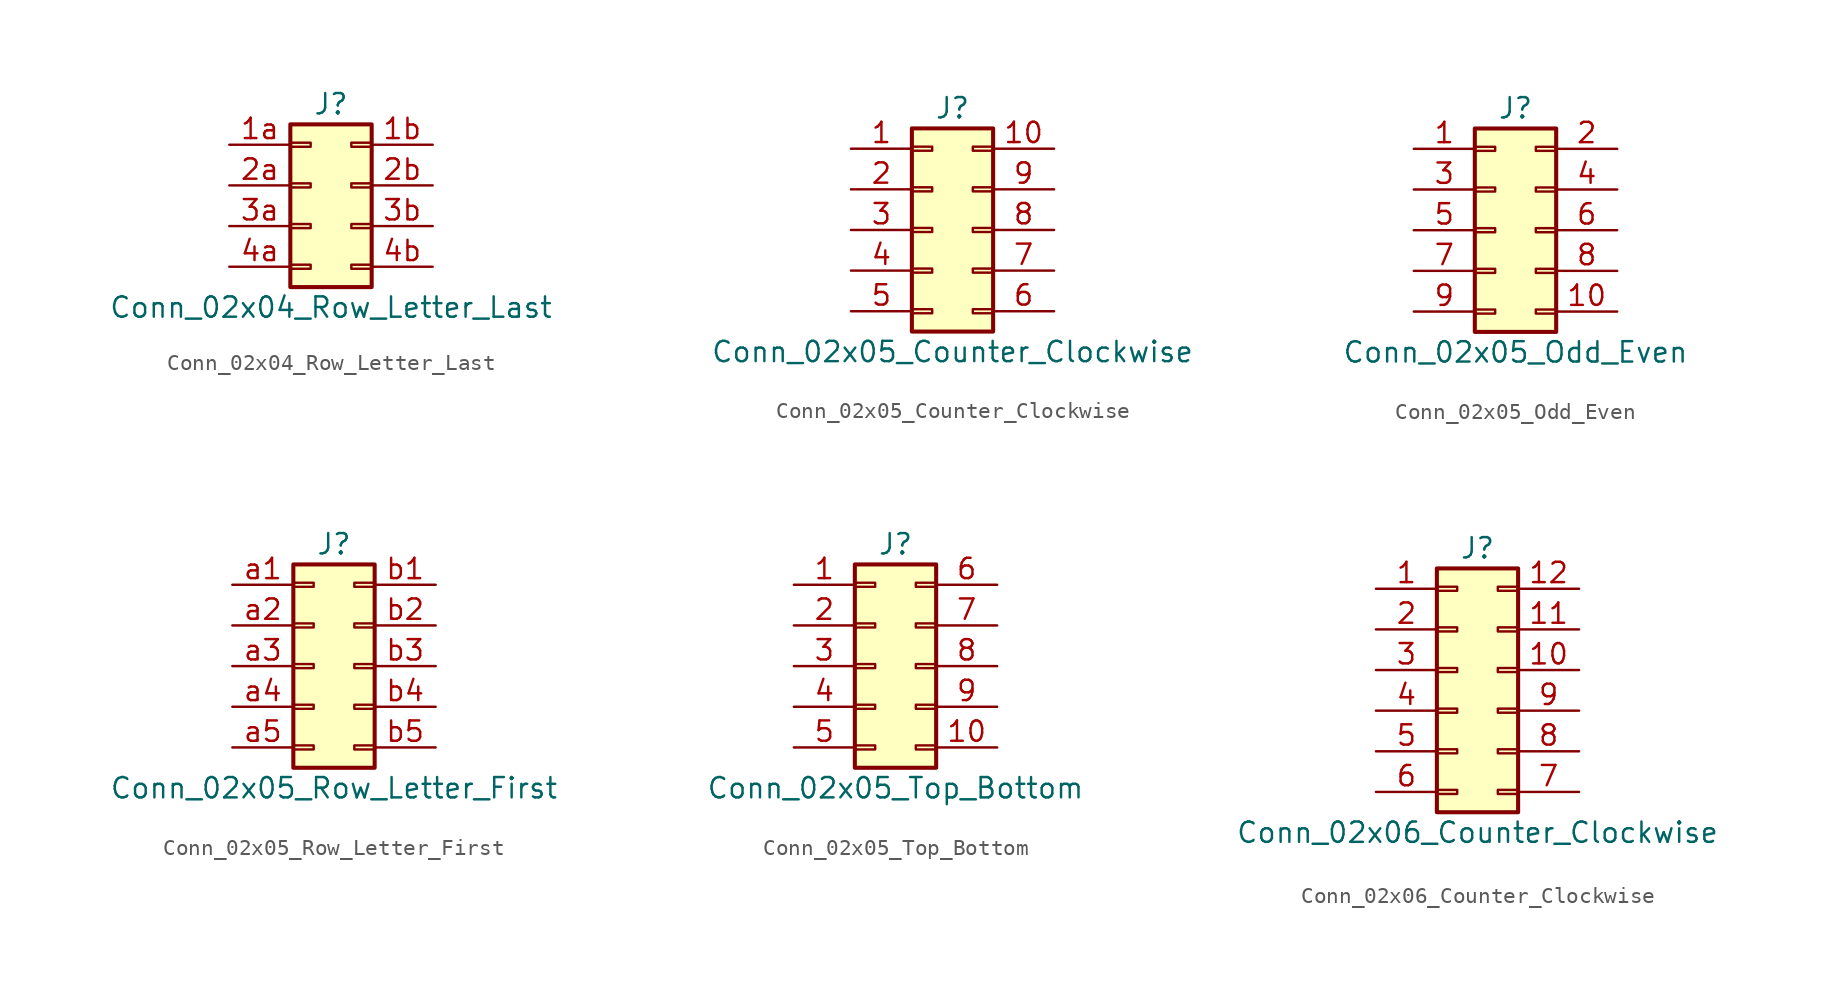
<source format=kicad_sym>
(kicad_symbol_lib
  (version 20201005)
  (generator kicad_symbol_editor)
  (symbol "Conn_02x04_Row_Letter_Last"
    (pin_names
      (offset 1.016) hide)
    (property "Reference" "J"
      (at 1.27 5.08 0)
      (effects (font (size 1.27 1.27))))
    (property "Value" "Conn_02x04_Row_Letter_Last"
      (at 1.27 -7.62 0)
      (effects (font (size 1.27 1.27))))
    (symbol "Conn_02x04_Row_Letter_Last_1_1"
      (rectangle (start -1.27 -4.953) (end 0 -5.207) (stroke (width 0.152)) (fill (type none)))
      (rectangle (start -1.27 -2.413) (end 0 -2.667) (stroke (width 0.152)) (fill (type none)))
      (rectangle (start -1.27 0.127) (end 0 -0.127) (stroke (width 0.152)) (fill (type none)))
      (rectangle (start -1.27 2.667) (end 0 2.413) (stroke (width 0.152)) (fill (type none)))
      (rectangle (start 3.81 -4.953) (end 2.54 -5.207) (stroke (width 0.152)) (fill (type none)))
      (rectangle (start 3.81 -2.413) (end 2.54 -2.667) (stroke (width 0.152)) (fill (type none)))
      (rectangle (start 3.81 0.127) (end 2.54 -0.127) (stroke (width 0.152)) (fill (type none)))
      (rectangle (start 3.81 2.667) (end 2.54 2.413) (stroke (width 0.152)) (fill (type none)))
      (rectangle (start -1.27 3.81) (end 3.81 -6.35) (stroke (width 0.254)) (fill (type background)))
      (pin passive line (at -5.08 2.54 0) (length 3.81) (name "Pin_1a" (effects (font (size 1.27 1.27)))) (number "1a" (effects (font (size 1.27 1.27)))))
      (pin passive line (at 7.62 2.54 180) (length 3.81) (name "Pin_1b" (effects (font (size 1.27 1.27)))) (number "1b" (effects (font (size 1.27 1.27)))))
      (pin passive line (at -5.08 0 0) (length 3.81) (name "Pin_2a" (effects (font (size 1.27 1.27)))) (number "2a" (effects (font (size 1.27 1.27)))))
      (pin passive line (at 7.62 0 180) (length 3.81) (name "Pin_2b" (effects (font (size 1.27 1.27)))) (number "2b" (effects (font (size 1.27 1.27)))))
      (pin passive line (at -5.08 -2.54 0) (length 3.81) (name "Pin_3a" (effects (font (size 1.27 1.27)))) (number "3a" (effects (font (size 1.27 1.27)))))
      (pin passive line (at 7.62 -2.54 180) (length 3.81) (name "Pin_3b" (effects (font (size 1.27 1.27)))) (number "3b" (effects (font (size 1.27 1.27)))))
      (pin passive line (at -5.08 -5.08 0) (length 3.81) (name "Pin_4a" (effects (font (size 1.27 1.27)))) (number "4a" (effects (font (size 1.27 1.27)))))
      (pin passive line (at 7.62 -5.08 180) (length 3.81) (name "Pin_4b" (effects (font (size 1.27 1.27)))) (number "4b" (effects (font (size 1.27 1.27)))))))
  (symbol "Conn_02x05_Counter_Clockwise"
    (pin_names
      (offset 1.016) hide)
    (property "Reference" "J"
      (at 1.27 7.62 0)
      (effects (font (size 1.27 1.27))))
    (property "Value" "Conn_02x05_Counter_Clockwise"
      (at 1.27 -7.62 0)
      (effects (font (size 1.27 1.27))))
    (symbol "Conn_02x05_Counter_Clockwise_1_1"
      (rectangle (start -1.27 -4.953) (end 0 -5.207) (stroke (width 0.152)) (fill (type none)))
      (rectangle (start -1.27 -2.413) (end 0 -2.667) (stroke (width 0.152)) (fill (type none)))
      (rectangle (start -1.27 0.127) (end 0 -0.127) (stroke (width 0.152)) (fill (type none)))
      (rectangle (start -1.27 2.667) (end 0 2.413) (stroke (width 0.152)) (fill (type none)))
      (rectangle (start -1.27 5.207) (end 0 4.953) (stroke (width 0.152)) (fill (type none)))
      (rectangle (start 3.81 -4.953) (end 2.54 -5.207) (stroke (width 0.152)) (fill (type none)))
      (rectangle (start 3.81 -2.413) (end 2.54 -2.667) (stroke (width 0.152)) (fill (type none)))
      (rectangle (start 3.81 0.127) (end 2.54 -0.127) (stroke (width 0.152)) (fill (type none)))
      (rectangle (start 3.81 2.667) (end 2.54 2.413) (stroke (width 0.152)) (fill (type none)))
      (rectangle (start 3.81 5.207) (end 2.54 4.953) (stroke (width 0.152)) (fill (type none)))
      (rectangle (start -1.27 6.35) (end 3.81 -6.35) (stroke (width 0.254)) (fill (type background)))
      (pin passive line (at -5.08 5.08 0) (length 3.81) (name "Pin_1" (effects (font (size 1.27 1.27)))) (number "1" (effects (font (size 1.27 1.27)))))
      (pin passive line (at 7.62 5.08 180) (length 3.81) (name "Pin_10" (effects (font (size 1.27 1.27)))) (number "10" (effects (font (size 1.27 1.27)))))
      (pin passive line (at -5.08 2.54 0) (length 3.81) (name "Pin_2" (effects (font (size 1.27 1.27)))) (number "2" (effects (font (size 1.27 1.27)))))
      (pin passive line (at -5.08 0 0) (length 3.81) (name "Pin_3" (effects (font (size 1.27 1.27)))) (number "3" (effects (font (size 1.27 1.27)))))
      (pin passive line (at -5.08 -2.54 0) (length 3.81) (name "Pin_4" (effects (font (size 1.27 1.27)))) (number "4" (effects (font (size 1.27 1.27)))))
      (pin passive line (at -5.08 -5.08 0) (length 3.81) (name "Pin_5" (effects (font (size 1.27 1.27)))) (number "5" (effects (font (size 1.27 1.27)))))
      (pin passive line (at 7.62 -5.08 180) (length 3.81) (name "Pin_6" (effects (font (size 1.27 1.27)))) (number "6" (effects (font (size 1.27 1.27)))))
      (pin passive line (at 7.62 -2.54 180) (length 3.81) (name "Pin_7" (effects (font (size 1.27 1.27)))) (number "7" (effects (font (size 1.27 1.27)))))
      (pin passive line (at 7.62 0 180) (length 3.81) (name "Pin_8" (effects (font (size 1.27 1.27)))) (number "8" (effects (font (size 1.27 1.27)))))
      (pin passive line (at 7.62 2.54 180) (length 3.81) (name "Pin_9" (effects (font (size 1.27 1.27)))) (number "9" (effects (font (size 1.27 1.27)))))))
  (symbol "Conn_02x05_Odd_Even"
    (pin_names
      (offset 1.016) hide)
    (property "Reference" "J"
      (at 1.27 7.62 0)
      (effects (font (size 1.27 1.27))))
    (property "Value" "Conn_02x05_Odd_Even"
      (at 1.27 -7.62 0)
      (effects (font (size 1.27 1.27))))
    (symbol "Conn_02x05_Odd_Even_1_1"
      (rectangle (start -1.27 -4.953) (end 0 -5.207) (stroke (width 0.152)) (fill (type none)))
      (rectangle (start -1.27 -2.413) (end 0 -2.667) (stroke (width 0.152)) (fill (type none)))
      (rectangle (start -1.27 0.127) (end 0 -0.127) (stroke (width 0.152)) (fill (type none)))
      (rectangle (start -1.27 2.667) (end 0 2.413) (stroke (width 0.152)) (fill (type none)))
      (rectangle (start -1.27 5.207) (end 0 4.953) (stroke (width 0.152)) (fill (type none)))
      (rectangle (start 3.81 -4.953) (end 2.54 -5.207) (stroke (width 0.152)) (fill (type none)))
      (rectangle (start 3.81 -2.413) (end 2.54 -2.667) (stroke (width 0.152)) (fill (type none)))
      (rectangle (start 3.81 0.127) (end 2.54 -0.127) (stroke (width 0.152)) (fill (type none)))
      (rectangle (start 3.81 2.667) (end 2.54 2.413) (stroke (width 0.152)) (fill (type none)))
      (rectangle (start 3.81 5.207) (end 2.54 4.953) (stroke (width 0.152)) (fill (type none)))
      (rectangle (start -1.27 6.35) (end 3.81 -6.35) (stroke (width 0.254)) (fill (type background)))
      (pin passive line (at -5.08 5.08 0) (length 3.81) (name "Pin_1" (effects (font (size 1.27 1.27)))) (number "1" (effects (font (size 1.27 1.27)))))
      (pin passive line (at 7.62 -5.08 180) (length 3.81) (name "Pin_10" (effects (font (size 1.27 1.27)))) (number "10" (effects (font (size 1.27 1.27)))))
      (pin passive line (at 7.62 5.08 180) (length 3.81) (name "Pin_2" (effects (font (size 1.27 1.27)))) (number "2" (effects (font (size 1.27 1.27)))))
      (pin passive line (at -5.08 2.54 0) (length 3.81) (name "Pin_3" (effects (font (size 1.27 1.27)))) (number "3" (effects (font (size 1.27 1.27)))))
      (pin passive line (at 7.62 2.54 180) (length 3.81) (name "Pin_4" (effects (font (size 1.27 1.27)))) (number "4" (effects (font (size 1.27 1.27)))))
      (pin passive line (at -5.08 0 0) (length 3.81) (name "Pin_5" (effects (font (size 1.27 1.27)))) (number "5" (effects (font (size 1.27 1.27)))))
      (pin passive line (at 7.62 0 180) (length 3.81) (name "Pin_6" (effects (font (size 1.27 1.27)))) (number "6" (effects (font (size 1.27 1.27)))))
      (pin passive line (at -5.08 -2.54 0) (length 3.81) (name "Pin_7" (effects (font (size 1.27 1.27)))) (number "7" (effects (font (size 1.27 1.27)))))
      (pin passive line (at 7.62 -2.54 180) (length 3.81) (name "Pin_8" (effects (font (size 1.27 1.27)))) (number "8" (effects (font (size 1.27 1.27)))))
      (pin passive line (at -5.08 -5.08 0) (length 3.81) (name "Pin_9" (effects (font (size 1.27 1.27)))) (number "9" (effects (font (size 1.27 1.27)))))))
  (symbol "Conn_02x05_Row_Letter_First"
    (pin_names
      (offset 1.016) hide)
    (property "Reference" "J"
      (at 1.27 7.62 0)
      (effects (font (size 1.27 1.27))))
    (property "Value" "Conn_02x05_Row_Letter_First"
      (at 1.27 -7.62 0)
      (effects (font (size 1.27 1.27))))
    (symbol "Conn_02x05_Row_Letter_First_1_1"
      (rectangle (start -1.27 -4.953) (end 0 -5.207) (stroke (width 0.152)) (fill (type none)))
      (rectangle (start -1.27 -2.413) (end 0 -2.667) (stroke (width 0.152)) (fill (type none)))
      (rectangle (start -1.27 0.127) (end 0 -0.127) (stroke (width 0.152)) (fill (type none)))
      (rectangle (start -1.27 2.667) (end 0 2.413) (stroke (width 0.152)) (fill (type none)))
      (rectangle (start -1.27 5.207) (end 0 4.953) (stroke (width 0.152)) (fill (type none)))
      (rectangle (start 3.81 -4.953) (end 2.54 -5.207) (stroke (width 0.152)) (fill (type none)))
      (rectangle (start 3.81 -2.413) (end 2.54 -2.667) (stroke (width 0.152)) (fill (type none)))
      (rectangle (start 3.81 0.127) (end 2.54 -0.127) (stroke (width 0.152)) (fill (type none)))
      (rectangle (start 3.81 2.667) (end 2.54 2.413) (stroke (width 0.152)) (fill (type none)))
      (rectangle (start 3.81 5.207) (end 2.54 4.953) (stroke (width 0.152)) (fill (type none)))
      (rectangle (start -1.27 6.35) (end 3.81 -6.35) (stroke (width 0.254)) (fill (type background)))
      (pin passive line (at -5.08 5.08 0) (length 3.81) (name "Pin_a1" (effects (font (size 1.27 1.27)))) (number "a1" (effects (font (size 1.27 1.27)))))
      (pin passive line (at -5.08 2.54 0) (length 3.81) (name "Pin_a2" (effects (font (size 1.27 1.27)))) (number "a2" (effects (font (size 1.27 1.27)))))
      (pin passive line (at -5.08 0 0) (length 3.81) (name "Pin_a3" (effects (font (size 1.27 1.27)))) (number "a3" (effects (font (size 1.27 1.27)))))
      (pin passive line (at -5.08 -2.54 0) (length 3.81) (name "Pin_a4" (effects (font (size 1.27 1.27)))) (number "a4" (effects (font (size 1.27 1.27)))))
      (pin passive line (at -5.08 -5.08 0) (length 3.81) (name "Pin_a5" (effects (font (size 1.27 1.27)))) (number "a5" (effects (font (size 1.27 1.27)))))
      (pin passive line (at 7.62 5.08 180) (length 3.81) (name "Pin_b1" (effects (font (size 1.27 1.27)))) (number "b1" (effects (font (size 1.27 1.27)))))
      (pin passive line (at 7.62 2.54 180) (length 3.81) (name "Pin_b2" (effects (font (size 1.27 1.27)))) (number "b2" (effects (font (size 1.27 1.27)))))
      (pin passive line (at 7.62 0 180) (length 3.81) (name "Pin_b3" (effects (font (size 1.27 1.27)))) (number "b3" (effects (font (size 1.27 1.27)))))
      (pin passive line (at 7.62 -2.54 180) (length 3.81) (name "Pin_b4" (effects (font (size 1.27 1.27)))) (number "b4" (effects (font (size 1.27 1.27)))))
      (pin passive line (at 7.62 -5.08 180) (length 3.81) (name "Pin_b5" (effects (font (size 1.27 1.27)))) (number "b5" (effects (font (size 1.27 1.27)))))))
  (symbol "Conn_02x05_Top_Bottom"
    (pin_names
      (offset 1.016) hide)
    (property "Reference" "J"
      (at 1.27 7.62 0)
      (effects (font (size 1.27 1.27))))
    (property "Value" "Conn_02x05_Top_Bottom"
      (at 1.27 -7.62 0)
      (effects (font (size 1.27 1.27))))
    (symbol "Conn_02x05_Top_Bottom_1_1"
      (rectangle (start -1.27 -4.953) (end 0 -5.207) (stroke (width 0.152)) (fill (type none)))
      (rectangle (start -1.27 -2.413) (end 0 -2.667) (stroke (width 0.152)) (fill (type none)))
      (rectangle (start -1.27 0.127) (end 0 -0.127) (stroke (width 0.152)) (fill (type none)))
      (rectangle (start -1.27 2.667) (end 0 2.413) (stroke (width 0.152)) (fill (type none)))
      (rectangle (start -1.27 5.207) (end 0 4.953) (stroke (width 0.152)) (fill (type none)))
      (rectangle (start 3.81 -4.953) (end 2.54 -5.207) (stroke (width 0.152)) (fill (type none)))
      (rectangle (start 3.81 -2.413) (end 2.54 -2.667) (stroke (width 0.152)) (fill (type none)))
      (rectangle (start 3.81 0.127) (end 2.54 -0.127) (stroke (width 0.152)) (fill (type none)))
      (rectangle (start 3.81 2.667) (end 2.54 2.413) (stroke (width 0.152)) (fill (type none)))
      (rectangle (start 3.81 5.207) (end 2.54 4.953) (stroke (width 0.152)) (fill (type none)))
      (rectangle (start -1.27 6.35) (end 3.81 -6.35) (stroke (width 0.254)) (fill (type background)))
      (pin passive line (at -5.08 5.08 0) (length 3.81) (name "Pin_1" (effects (font (size 1.27 1.27)))) (number "1" (effects (font (size 1.27 1.27)))))
      (pin passive line (at 7.62 -5.08 180) (length 3.81) (name "Pin_10" (effects (font (size 1.27 1.27)))) (number "10" (effects (font (size 1.27 1.27)))))
      (pin passive line (at -5.08 2.54 0) (length 3.81) (name "Pin_2" (effects (font (size 1.27 1.27)))) (number "2" (effects (font (size 1.27 1.27)))))
      (pin passive line (at -5.08 0 0) (length 3.81) (name "Pin_3" (effects (font (size 1.27 1.27)))) (number "3" (effects (font (size 1.27 1.27)))))
      (pin passive line (at -5.08 -2.54 0) (length 3.81) (name "Pin_4" (effects (font (size 1.27 1.27)))) (number "4" (effects (font (size 1.27 1.27)))))
      (pin passive line (at -5.08 -5.08 0) (length 3.81) (name "Pin_5" (effects (font (size 1.27 1.27)))) (number "5" (effects (font (size 1.27 1.27)))))
      (pin passive line (at 7.62 5.08 180) (length 3.81) (name "Pin_6" (effects (font (size 1.27 1.27)))) (number "6" (effects (font (size 1.27 1.27)))))
      (pin passive line (at 7.62 2.54 180) (length 3.81) (name "Pin_7" (effects (font (size 1.27 1.27)))) (number "7" (effects (font (size 1.27 1.27)))))
      (pin passive line (at 7.62 0 180) (length 3.81) (name "Pin_8" (effects (font (size 1.27 1.27)))) (number "8" (effects (font (size 1.27 1.27)))))
      (pin passive line (at 7.62 -2.54 180) (length 3.81) (name "Pin_9" (effects (font (size 1.27 1.27)))) (number "9" (effects (font (size 1.27 1.27)))))))
  (symbol "Conn_02x06_Counter_Clockwise"
    (pin_names
      (offset 1.016) hide)
    (property "Reference" "J"
      (at 1.27 7.62 0)
      (effects (font (size 1.27 1.27))))
    (property "Value" "Conn_02x06_Counter_Clockwise"
      (at 1.27 -10.16 0)
      (effects (font (size 1.27 1.27))))
    (symbol "Conn_02x06_Counter_Clockwise_1_1"
      (rectangle (start -1.27 -7.493) (end 0 -7.747) (stroke (width 0.152)) (fill (type none)))
      (rectangle (start -1.27 -4.953) (end 0 -5.207) (stroke (width 0.152)) (fill (type none)))
      (rectangle (start -1.27 -2.413) (end 0 -2.667) (stroke (width 0.152)) (fill (type none)))
      (rectangle (start -1.27 0.127) (end 0 -0.127) (stroke (width 0.152)) (fill (type none)))
      (rectangle (start -1.27 2.667) (end 0 2.413) (stroke (width 0.152)) (fill (type none)))
      (rectangle (start -1.27 5.207) (end 0 4.953) (stroke (width 0.152)) (fill (type none)))
      (rectangle (start 3.81 -7.493) (end 2.54 -7.747) (stroke (width 0.152)) (fill (type none)))
      (rectangle (start 3.81 -4.953) (end 2.54 -5.207) (stroke (width 0.152)) (fill (type none)))
      (rectangle (start 3.81 -2.413) (end 2.54 -2.667) (stroke (width 0.152)) (fill (type none)))
      (rectangle (start 3.81 0.127) (end 2.54 -0.127) (stroke (width 0.152)) (fill (type none)))
      (rectangle (start 3.81 2.667) (end 2.54 2.413) (stroke (width 0.152)) (fill (type none)))
      (rectangle (start 3.81 5.207) (end 2.54 4.953) (stroke (width 0.152)) (fill (type none)))
      (rectangle (start -1.27 6.35) (end 3.81 -8.89) (stroke (width 0.254)) (fill (type background)))
      (pin passive line (at -5.08 5.08 0) (length 3.81) (name "Pin_1" (effects (font (size 1.27 1.27)))) (number "1" (effects (font (size 1.27 1.27)))))
      (pin passive line (at 7.62 0 180) (length 3.81) (name "Pin_10" (effects (font (size 1.27 1.27)))) (number "10" (effects (font (size 1.27 1.27)))))
      (pin passive line (at 7.62 2.54 180) (length 3.81) (name "Pin_11" (effects (font (size 1.27 1.27)))) (number "11" (effects (font (size 1.27 1.27)))))
      (pin passive line (at 7.62 5.08 180) (length 3.81) (name "Pin_12" (effects (font (size 1.27 1.27)))) (number "12" (effects (font (size 1.27 1.27)))))
      (pin passive line (at -5.08 2.54 0) (length 3.81) (name "Pin_2" (effects (font (size 1.27 1.27)))) (number "2" (effects (font (size 1.27 1.27)))))
      (pin passive line (at -5.08 0 0) (length 3.81) (name "Pin_3" (effects (font (size 1.27 1.27)))) (number "3" (effects (font (size 1.27 1.27)))))
      (pin passive line (at -5.08 -2.54 0) (length 3.81) (name "Pin_4" (effects (font (size 1.27 1.27)))) (number "4" (effects (font (size 1.27 1.27)))))
      (pin passive line (at -5.08 -5.08 0) (length 3.81) (name "Pin_5" (effects (font (size 1.27 1.27)))) (number "5" (effects (font (size 1.27 1.27)))))
      (pin passive line (at -5.08 -7.62 0) (length 3.81) (name "Pin_6" (effects (font (size 1.27 1.27)))) (number "6" (effects (font (size 1.27 1.27)))))
      (pin passive line (at 7.62 -7.62 180) (length 3.81) (name "Pin_7" (effects (font (size 1.27 1.27)))) (number "7" (effects (font (size 1.27 1.27)))))
      (pin passive line (at 7.62 -5.08 180) (length 3.81) (name "Pin_8" (effects (font (size 1.27 1.27)))) (number "8" (effects (font (size 1.27 1.27)))))
      (pin passive line (at 7.62 -2.54 180) (length 3.81) (name "Pin_9" (effects (font (size 1.27 1.27)))) (number "9" (effects (font (size 1.27 1.27))))))))
</source>
